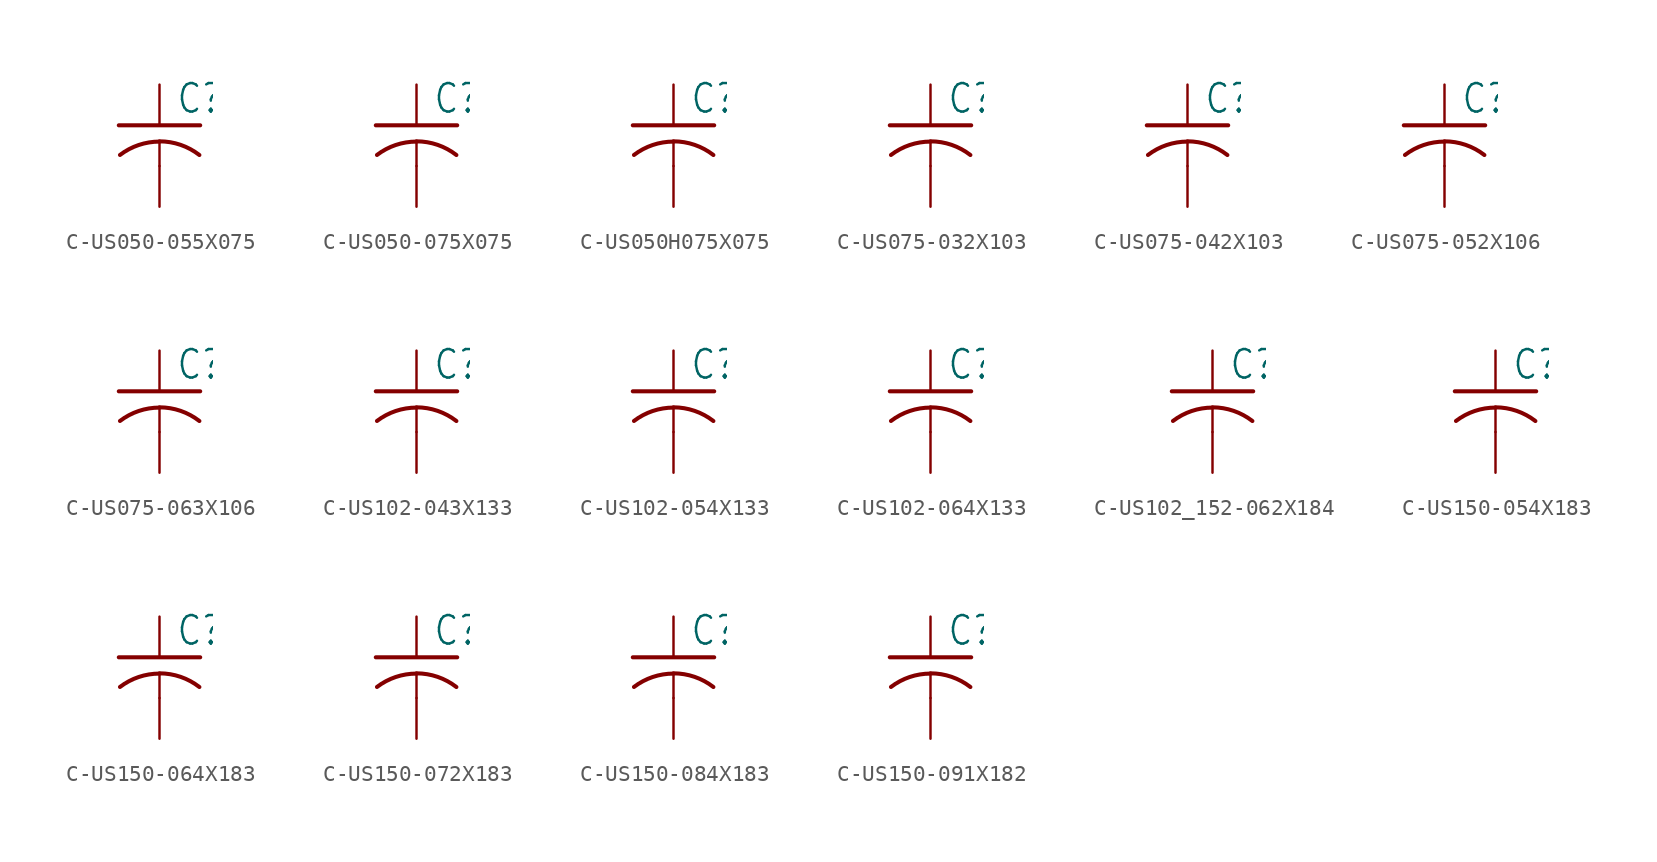
<source format=kicad_sym>
(kicad_symbol_lib
  (version 20241209)
  (generator "kicad_symbol_editor")
  (generator_version "9.0")
  (symbol "C-US050-055X075"
    (property "Reference" "C"
      (at 1.016 0.635 0)
      (effects (font (size 1.778 1.511)) (justify left bottom)))
    (property "Value" ""
      (at 1.016 -4.191 0)
      (effects (font (size 1.778 1.511)) (justify left bottom)))
    (property "ki_locked" ""
      (at 0 0 0)
      (effects (font (size 1.27 1.27))))
    (symbol "C-US050-055X075_1_0"
      (polyline (pts (xy -2.54 0) (xy 2.54 0)) (stroke (width 0.254) (type solid)) (fill (type none)))
      (arc (start 0 -1) (mid 1.3158 -1.2195) (end 2.4892 -1.8541) (stroke (width 0.254) (type solid)) (fill (type none)))
      (arc (start -2.4668 -1.8504) (mid -1.302 -1.2303) (end 0 -1.0161) (stroke (width 0.254) (type solid)) (fill (type none)))
      (polyline (pts (xy 0 -1.016) (xy 0 -2.54)) (stroke (width 0.152) (type solid)) (fill (type none)))
      (pin passive line (at 0 2.54 270) (length 2.54) (name "1" (effects (font (size 0 0)))) (number "1" (effects (font (size 0 0)))))
      (pin passive line (at 0 -5.08 90) (length 2.54) (name "2" (effects (font (size 0 0)))) (number "2" (effects (font (size 0 0)))))))
  (symbol "C-US050-075X075"
    (property "Reference" "C"
      (at 1.016 0.635 0)
      (effects (font (size 1.778 1.511)) (justify left bottom)))
    (property "Value" ""
      (at 1.016 -4.191 0)
      (effects (font (size 1.778 1.511)) (justify left bottom)))
    (property "ki_locked" ""
      (at 0 0 0)
      (effects (font (size 1.27 1.27))))
    (symbol "C-US050-075X075_1_0"
      (polyline (pts (xy -2.54 0) (xy 2.54 0)) (stroke (width 0.254) (type solid)) (fill (type none)))
      (arc (start 0 -1) (mid 1.3158 -1.2195) (end 2.4892 -1.8541) (stroke (width 0.254) (type solid)) (fill (type none)))
      (arc (start -2.4668 -1.8504) (mid -1.302 -1.2303) (end 0 -1.0161) (stroke (width 0.254) (type solid)) (fill (type none)))
      (polyline (pts (xy 0 -1.016) (xy 0 -2.54)) (stroke (width 0.152) (type solid)) (fill (type none)))
      (pin passive line (at 0 2.54 270) (length 2.54) (name "1" (effects (font (size 0 0)))) (number "1" (effects (font (size 0 0)))))
      (pin passive line (at 0 -5.08 90) (length 2.54) (name "2" (effects (font (size 0 0)))) (number "2" (effects (font (size 0 0)))))))
  (symbol "C-US050H075X075"
    (property "Reference" "C"
      (at 1.016 0.635 0)
      (effects (font (size 1.778 1.511)) (justify left bottom)))
    (property "Value" ""
      (at 1.016 -4.191 0)
      (effects (font (size 1.778 1.511)) (justify left bottom)))
    (property "ki_locked" ""
      (at 0 0 0)
      (effects (font (size 1.27 1.27))))
    (symbol "C-US050H075X075_1_0"
      (polyline (pts (xy -2.54 0) (xy 2.54 0)) (stroke (width 0.254) (type solid)) (fill (type none)))
      (arc (start 0 -1) (mid 1.3158 -1.2195) (end 2.4892 -1.8541) (stroke (width 0.254) (type solid)) (fill (type none)))
      (arc (start -2.4668 -1.8504) (mid -1.302 -1.2303) (end 0 -1.0161) (stroke (width 0.254) (type solid)) (fill (type none)))
      (polyline (pts (xy 0 -1.016) (xy 0 -2.54)) (stroke (width 0.152) (type solid)) (fill (type none)))
      (pin passive line (at 0 2.54 270) (length 2.54) (name "1" (effects (font (size 0 0)))) (number "1" (effects (font (size 0 0)))))
      (pin passive line (at 0 -5.08 90) (length 2.54) (name "2" (effects (font (size 0 0)))) (number "2" (effects (font (size 0 0)))))))
  (symbol "C-US075-032X103"
    (property "Reference" "C"
      (at 1.016 0.635 0)
      (effects (font (size 1.778 1.511)) (justify left bottom)))
    (property "Value" ""
      (at 1.016 -4.191 0)
      (effects (font (size 1.778 1.511)) (justify left bottom)))
    (property "ki_locked" ""
      (at 0 0 0)
      (effects (font (size 1.27 1.27))))
    (symbol "C-US075-032X103_1_0"
      (polyline (pts (xy -2.54 0) (xy 2.54 0)) (stroke (width 0.254) (type solid)) (fill (type none)))
      (arc (start 0 -1) (mid 1.3158 -1.2195) (end 2.4892 -1.8541) (stroke (width 0.254) (type solid)) (fill (type none)))
      (arc (start -2.4668 -1.8504) (mid -1.302 -1.2303) (end 0 -1.0161) (stroke (width 0.254) (type solid)) (fill (type none)))
      (polyline (pts (xy 0 -1.016) (xy 0 -2.54)) (stroke (width 0.152) (type solid)) (fill (type none)))
      (pin passive line (at 0 2.54 270) (length 2.54) (name "1" (effects (font (size 0 0)))) (number "1" (effects (font (size 0 0)))))
      (pin passive line (at 0 -5.08 90) (length 2.54) (name "2" (effects (font (size 0 0)))) (number "2" (effects (font (size 0 0)))))))
  (symbol "C-US075-042X103"
    (property "Reference" "C"
      (at 1.016 0.635 0)
      (effects (font (size 1.778 1.511)) (justify left bottom)))
    (property "Value" ""
      (at 1.016 -4.191 0)
      (effects (font (size 1.778 1.511)) (justify left bottom)))
    (property "ki_locked" ""
      (at 0 0 0)
      (effects (font (size 1.27 1.27))))
    (symbol "C-US075-042X103_1_0"
      (polyline (pts (xy -2.54 0) (xy 2.54 0)) (stroke (width 0.254) (type solid)) (fill (type none)))
      (arc (start 0 -1) (mid 1.3158 -1.2195) (end 2.4892 -1.8541) (stroke (width 0.254) (type solid)) (fill (type none)))
      (arc (start -2.4668 -1.8504) (mid -1.302 -1.2303) (end 0 -1.0161) (stroke (width 0.254) (type solid)) (fill (type none)))
      (polyline (pts (xy 0 -1.016) (xy 0 -2.54)) (stroke (width 0.152) (type solid)) (fill (type none)))
      (pin passive line (at 0 2.54 270) (length 2.54) (name "1" (effects (font (size 0 0)))) (number "1" (effects (font (size 0 0)))))
      (pin passive line (at 0 -5.08 90) (length 2.54) (name "2" (effects (font (size 0 0)))) (number "2" (effects (font (size 0 0)))))))
  (symbol "C-US075-052X106"
    (property "Reference" "C"
      (at 1.016 0.635 0)
      (effects (font (size 1.778 1.511)) (justify left bottom)))
    (property "Value" ""
      (at 1.016 -4.191 0)
      (effects (font (size 1.778 1.511)) (justify left bottom)))
    (property "ki_locked" ""
      (at 0 0 0)
      (effects (font (size 1.27 1.27))))
    (symbol "C-US075-052X106_1_0"
      (polyline (pts (xy -2.54 0) (xy 2.54 0)) (stroke (width 0.254) (type solid)) (fill (type none)))
      (arc (start 0 -1) (mid 1.3158 -1.2195) (end 2.4892 -1.8541) (stroke (width 0.254) (type solid)) (fill (type none)))
      (arc (start -2.4668 -1.8504) (mid -1.302 -1.2303) (end 0 -1.0161) (stroke (width 0.254) (type solid)) (fill (type none)))
      (polyline (pts (xy 0 -1.016) (xy 0 -2.54)) (stroke (width 0.152) (type solid)) (fill (type none)))
      (pin passive line (at 0 2.54 270) (length 2.54) (name "1" (effects (font (size 0 0)))) (number "1" (effects (font (size 0 0)))))
      (pin passive line (at 0 -5.08 90) (length 2.54) (name "2" (effects (font (size 0 0)))) (number "2" (effects (font (size 0 0)))))))
  (symbol "C-US075-063X106"
    (property "Reference" "C"
      (at 1.016 0.635 0)
      (effects (font (size 1.778 1.511)) (justify left bottom)))
    (property "Value" ""
      (at 1.016 -4.191 0)
      (effects (font (size 1.778 1.511)) (justify left bottom)))
    (property "ki_locked" ""
      (at 0 0 0)
      (effects (font (size 1.27 1.27))))
    (symbol "C-US075-063X106_1_0"
      (polyline (pts (xy -2.54 0) (xy 2.54 0)) (stroke (width 0.254) (type solid)) (fill (type none)))
      (arc (start 0 -1) (mid 1.3158 -1.2195) (end 2.4892 -1.8541) (stroke (width 0.254) (type solid)) (fill (type none)))
      (arc (start -2.4668 -1.8504) (mid -1.302 -1.2303) (end 0 -1.0161) (stroke (width 0.254) (type solid)) (fill (type none)))
      (polyline (pts (xy 0 -1.016) (xy 0 -2.54)) (stroke (width 0.152) (type solid)) (fill (type none)))
      (pin passive line (at 0 2.54 270) (length 2.54) (name "1" (effects (font (size 0 0)))) (number "1" (effects (font (size 0 0)))))
      (pin passive line (at 0 -5.08 90) (length 2.54) (name "2" (effects (font (size 0 0)))) (number "2" (effects (font (size 0 0)))))))
  (symbol "C-US102-043X133"
    (property "Reference" "C"
      (at 1.016 0.635 0)
      (effects (font (size 1.778 1.511)) (justify left bottom)))
    (property "Value" ""
      (at 1.016 -4.191 0)
      (effects (font (size 1.778 1.511)) (justify left bottom)))
    (property "ki_locked" ""
      (at 0 0 0)
      (effects (font (size 1.27 1.27))))
    (symbol "C-US102-043X133_1_0"
      (polyline (pts (xy -2.54 0) (xy 2.54 0)) (stroke (width 0.254) (type solid)) (fill (type none)))
      (arc (start 0 -1) (mid 1.3158 -1.2195) (end 2.4892 -1.8541) (stroke (width 0.254) (type solid)) (fill (type none)))
      (arc (start -2.4668 -1.8504) (mid -1.302 -1.2303) (end 0 -1.0161) (stroke (width 0.254) (type solid)) (fill (type none)))
      (polyline (pts (xy 0 -1.016) (xy 0 -2.54)) (stroke (width 0.152) (type solid)) (fill (type none)))
      (pin passive line (at 0 2.54 270) (length 2.54) (name "1" (effects (font (size 0 0)))) (number "1" (effects (font (size 0 0)))))
      (pin passive line (at 0 -5.08 90) (length 2.54) (name "2" (effects (font (size 0 0)))) (number "2" (effects (font (size 0 0)))))))
  (symbol "C-US102-054X133"
    (property "Reference" "C"
      (at 1.016 0.635 0)
      (effects (font (size 1.778 1.511)) (justify left bottom)))
    (property "Value" ""
      (at 1.016 -4.191 0)
      (effects (font (size 1.778 1.511)) (justify left bottom)))
    (property "ki_locked" ""
      (at 0 0 0)
      (effects (font (size 1.27 1.27))))
    (symbol "C-US102-054X133_1_0"
      (polyline (pts (xy -2.54 0) (xy 2.54 0)) (stroke (width 0.254) (type solid)) (fill (type none)))
      (arc (start 0 -1) (mid 1.3158 -1.2195) (end 2.4892 -1.8541) (stroke (width 0.254) (type solid)) (fill (type none)))
      (arc (start -2.4668 -1.8504) (mid -1.302 -1.2303) (end 0 -1.0161) (stroke (width 0.254) (type solid)) (fill (type none)))
      (polyline (pts (xy 0 -1.016) (xy 0 -2.54)) (stroke (width 0.152) (type solid)) (fill (type none)))
      (pin passive line (at 0 2.54 270) (length 2.54) (name "1" (effects (font (size 0 0)))) (number "1" (effects (font (size 0 0)))))
      (pin passive line (at 0 -5.08 90) (length 2.54) (name "2" (effects (font (size 0 0)))) (number "2" (effects (font (size 0 0)))))))
  (symbol "C-US102-064X133"
    (property "Reference" "C"
      (at 1.016 0.635 0)
      (effects (font (size 1.778 1.511)) (justify left bottom)))
    (property "Value" ""
      (at 1.016 -4.191 0)
      (effects (font (size 1.778 1.511)) (justify left bottom)))
    (property "ki_locked" ""
      (at 0 0 0)
      (effects (font (size 1.27 1.27))))
    (symbol "C-US102-064X133_1_0"
      (polyline (pts (xy -2.54 0) (xy 2.54 0)) (stroke (width 0.254) (type solid)) (fill (type none)))
      (arc (start 0 -1) (mid 1.3158 -1.2195) (end 2.4892 -1.8541) (stroke (width 0.254) (type solid)) (fill (type none)))
      (arc (start -2.4668 -1.8504) (mid -1.302 -1.2303) (end 0 -1.0161) (stroke (width 0.254) (type solid)) (fill (type none)))
      (polyline (pts (xy 0 -1.016) (xy 0 -2.54)) (stroke (width 0.152) (type solid)) (fill (type none)))
      (pin passive line (at 0 2.54 270) (length 2.54) (name "1" (effects (font (size 0 0)))) (number "1" (effects (font (size 0 0)))))
      (pin passive line (at 0 -5.08 90) (length 2.54) (name "2" (effects (font (size 0 0)))) (number "2" (effects (font (size 0 0)))))))
  (symbol "C-US102_152-062X184"
    (property "Reference" "C"
      (at 1.016 0.635 0)
      (effects (font (size 1.778 1.511)) (justify left bottom)))
    (property "Value" ""
      (at 1.016 -4.191 0)
      (effects (font (size 1.778 1.511)) (justify left bottom)))
    (property "ki_locked" ""
      (at 0 0 0)
      (effects (font (size 1.27 1.27))))
    (symbol "C-US102_152-062X184_1_0"
      (polyline (pts (xy -2.54 0) (xy 2.54 0)) (stroke (width 0.254) (type solid)) (fill (type none)))
      (arc (start 0 -1) (mid 1.3158 -1.2195) (end 2.4892 -1.8541) (stroke (width 0.254) (type solid)) (fill (type none)))
      (arc (start -2.4668 -1.8504) (mid -1.302 -1.2303) (end 0 -1.0161) (stroke (width 0.254) (type solid)) (fill (type none)))
      (polyline (pts (xy 0 -1.016) (xy 0 -2.54)) (stroke (width 0.152) (type solid)) (fill (type none)))
      (pin passive line (at 0 2.54 270) (length 2.54) (name "1" (effects (font (size 0 0)))) (number "1" (effects (font (size 0 0)))))
      (pin passive line (at 0 -5.08 90) (length 2.54) (name "2" (effects (font (size 0 0)))) (number "2" (effects (font (size 0 0)))))))
  (symbol "C-US150-054X183"
    (property "Reference" "C"
      (at 1.016 0.635 0)
      (effects (font (size 1.778 1.511)) (justify left bottom)))
    (property "Value" ""
      (at 1.016 -4.191 0)
      (effects (font (size 1.778 1.511)) (justify left bottom)))
    (property "ki_locked" ""
      (at 0 0 0)
      (effects (font (size 1.27 1.27))))
    (symbol "C-US150-054X183_1_0"
      (polyline (pts (xy -2.54 0) (xy 2.54 0)) (stroke (width 0.254) (type solid)) (fill (type none)))
      (arc (start 0 -1) (mid 1.3158 -1.2195) (end 2.4892 -1.8541) (stroke (width 0.254) (type solid)) (fill (type none)))
      (arc (start -2.4668 -1.8504) (mid -1.302 -1.2303) (end 0 -1.0161) (stroke (width 0.254) (type solid)) (fill (type none)))
      (polyline (pts (xy 0 -1.016) (xy 0 -2.54)) (stroke (width 0.152) (type solid)) (fill (type none)))
      (pin passive line (at 0 2.54 270) (length 2.54) (name "1" (effects (font (size 0 0)))) (number "1" (effects (font (size 0 0)))))
      (pin passive line (at 0 -5.08 90) (length 2.54) (name "2" (effects (font (size 0 0)))) (number "2" (effects (font (size 0 0)))))))
  (symbol "C-US150-064X183"
    (property "Reference" "C"
      (at 1.016 0.635 0)
      (effects (font (size 1.778 1.511)) (justify left bottom)))
    (property "Value" ""
      (at 1.016 -4.191 0)
      (effects (font (size 1.778 1.511)) (justify left bottom)))
    (property "ki_locked" ""
      (at 0 0 0)
      (effects (font (size 1.27 1.27))))
    (symbol "C-US150-064X183_1_0"
      (polyline (pts (xy -2.54 0) (xy 2.54 0)) (stroke (width 0.254) (type solid)) (fill (type none)))
      (arc (start 0 -1) (mid 1.3158 -1.2195) (end 2.4892 -1.8541) (stroke (width 0.254) (type solid)) (fill (type none)))
      (arc (start -2.4668 -1.8504) (mid -1.302 -1.2303) (end 0 -1.0161) (stroke (width 0.254) (type solid)) (fill (type none)))
      (polyline (pts (xy 0 -1.016) (xy 0 -2.54)) (stroke (width 0.152) (type solid)) (fill (type none)))
      (pin passive line (at 0 2.54 270) (length 2.54) (name "1" (effects (font (size 0 0)))) (number "1" (effects (font (size 0 0)))))
      (pin passive line (at 0 -5.08 90) (length 2.54) (name "2" (effects (font (size 0 0)))) (number "2" (effects (font (size 0 0)))))))
  (symbol "C-US150-072X183"
    (property "Reference" "C"
      (at 1.016 0.635 0)
      (effects (font (size 1.778 1.511)) (justify left bottom)))
    (property "Value" ""
      (at 1.016 -4.191 0)
      (effects (font (size 1.778 1.511)) (justify left bottom)))
    (property "ki_locked" ""
      (at 0 0 0)
      (effects (font (size 1.27 1.27))))
    (symbol "C-US150-072X183_1_0"
      (polyline (pts (xy -2.54 0) (xy 2.54 0)) (stroke (width 0.254) (type solid)) (fill (type none)))
      (arc (start 0 -1) (mid 1.3158 -1.2195) (end 2.4892 -1.8541) (stroke (width 0.254) (type solid)) (fill (type none)))
      (arc (start -2.4668 -1.8504) (mid -1.302 -1.2303) (end 0 -1.0161) (stroke (width 0.254) (type solid)) (fill (type none)))
      (polyline (pts (xy 0 -1.016) (xy 0 -2.54)) (stroke (width 0.152) (type solid)) (fill (type none)))
      (pin passive line (at 0 2.54 270) (length 2.54) (name "1" (effects (font (size 0 0)))) (number "1" (effects (font (size 0 0)))))
      (pin passive line (at 0 -5.08 90) (length 2.54) (name "2" (effects (font (size 0 0)))) (number "2" (effects (font (size 0 0)))))))
  (symbol "C-US150-084X183"
    (property "Reference" "C"
      (at 1.016 0.635 0)
      (effects (font (size 1.778 1.511)) (justify left bottom)))
    (property "Value" ""
      (at 1.016 -4.191 0)
      (effects (font (size 1.778 1.511)) (justify left bottom)))
    (property "ki_locked" ""
      (at 0 0 0)
      (effects (font (size 1.27 1.27))))
    (symbol "C-US150-084X183_1_0"
      (polyline (pts (xy -2.54 0) (xy 2.54 0)) (stroke (width 0.254) (type solid)) (fill (type none)))
      (arc (start 0 -1) (mid 1.3158 -1.2195) (end 2.4892 -1.8541) (stroke (width 0.254) (type solid)) (fill (type none)))
      (arc (start -2.4668 -1.8504) (mid -1.302 -1.2303) (end 0 -1.0161) (stroke (width 0.254) (type solid)) (fill (type none)))
      (polyline (pts (xy 0 -1.016) (xy 0 -2.54)) (stroke (width 0.152) (type solid)) (fill (type none)))
      (pin passive line (at 0 2.54 270) (length 2.54) (name "1" (effects (font (size 0 0)))) (number "1" (effects (font (size 0 0)))))
      (pin passive line (at 0 -5.08 90) (length 2.54) (name "2" (effects (font (size 0 0)))) (number "2" (effects (font (size 0 0)))))))
  (symbol "C-US150-091X182"
    (property "Reference" "C"
      (at 1.016 0.635 0)
      (effects (font (size 1.778 1.511)) (justify left bottom)))
    (property "Value" ""
      (at 1.016 -4.191 0)
      (effects (font (size 1.778 1.511)) (justify left bottom)))
    (property "ki_locked" ""
      (at 0 0 0)
      (effects (font (size 1.27 1.27))))
    (symbol "C-US150-091X182_1_0"
      (polyline (pts (xy -2.54 0) (xy 2.54 0)) (stroke (width 0.254) (type solid)) (fill (type none)))
      (arc (start 0 -1) (mid 1.3158 -1.2195) (end 2.4892 -1.8541) (stroke (width 0.254) (type solid)) (fill (type none)))
      (arc (start -2.4668 -1.8504) (mid -1.302 -1.2303) (end 0 -1.0161) (stroke (width 0.254) (type solid)) (fill (type none)))
      (polyline (pts (xy 0 -1.016) (xy 0 -2.54)) (stroke (width 0.152) (type solid)) (fill (type none)))
      (pin passive line (at 0 2.54 270) (length 2.54) (name "1" (effects (font (size 0 0)))) (number "1" (effects (font (size 0 0)))))
      (pin passive line (at 0 -5.08 90) (length 2.54) (name "2" (effects (font (size 0 0)))) (number "2" (effects (font (size 0 0))))))))
</source>
